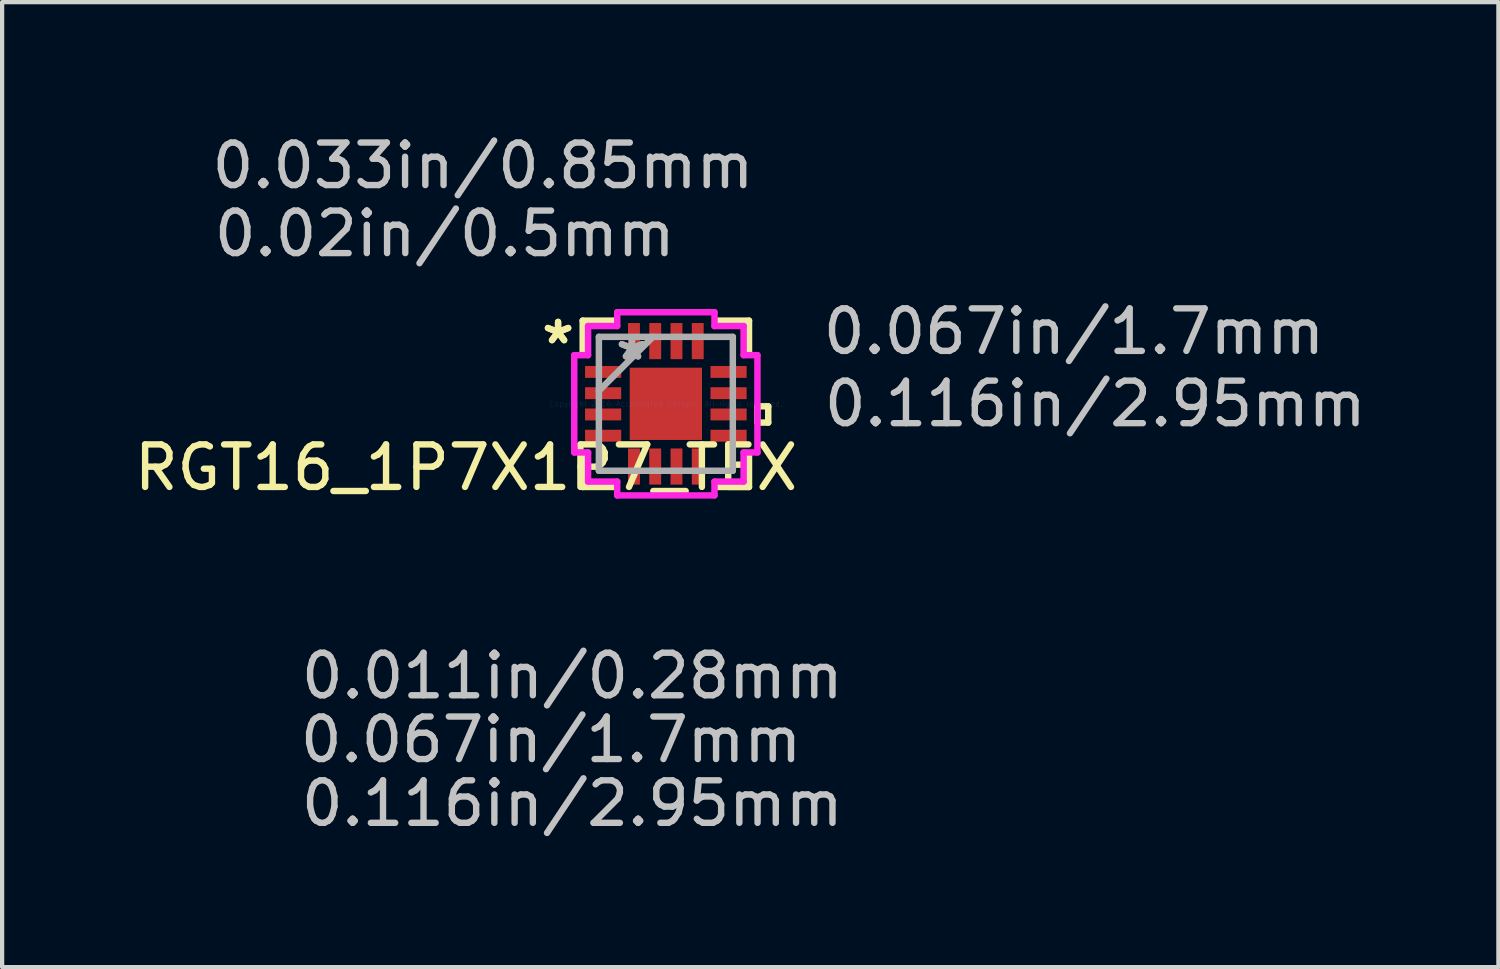
<source format=kicad_pcb>
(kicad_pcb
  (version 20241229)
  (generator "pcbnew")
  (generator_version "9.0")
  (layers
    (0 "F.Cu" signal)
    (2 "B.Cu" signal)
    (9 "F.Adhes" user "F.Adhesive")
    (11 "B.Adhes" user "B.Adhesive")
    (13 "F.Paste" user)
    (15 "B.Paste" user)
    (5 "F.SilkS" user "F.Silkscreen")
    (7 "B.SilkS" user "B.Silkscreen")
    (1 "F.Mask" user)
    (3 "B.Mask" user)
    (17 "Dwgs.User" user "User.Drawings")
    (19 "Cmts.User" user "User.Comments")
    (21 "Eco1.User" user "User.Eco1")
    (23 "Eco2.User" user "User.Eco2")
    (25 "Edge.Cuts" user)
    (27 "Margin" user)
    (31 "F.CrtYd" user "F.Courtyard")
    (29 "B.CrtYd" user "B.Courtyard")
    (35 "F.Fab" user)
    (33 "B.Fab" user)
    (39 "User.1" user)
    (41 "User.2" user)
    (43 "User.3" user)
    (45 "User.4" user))
  (footprint "RGT16_1P7X1P7_TEX"
    (layer "F.Cu")
    (at 12.611 6.448)
    (property "Reference" "RGT16_1P7X1P7_TEX" (at -4.7 1.5 0) (layer "F.SilkS") (effects (font (size 1 1) (thickness 0.15))))
    (attr through_hole)
    (fp_line (start -1.97 -0.96) (end -1.97 -0.54) (stroke (width 0.152) (type solid)) (layer "F.Mask"))
    (fp_line (start -1.97 -0.54) (end -0.98 -0.54) (stroke (width 0.152) (type solid)) (layer "F.Mask"))
    (fp_line (start -1.97 -0.46) (end -1.97 -0.04) (stroke (width 0.152) (type solid)) (layer "F.Mask"))
    (fp_line (start -1.97 -0.04) (end -0.98 -0.04) (stroke (width 0.152) (type solid)) (layer "F.Mask"))
    (fp_line (start -1.97 0.04) (end -1.97 0.46) (stroke (width 0.152) (type solid)) (layer "F.Mask"))
    (fp_line (start -1.97 0.46) (end -0.98 0.46) (stroke (width 0.152) (type solid)) (layer "F.Mask"))
    (fp_line (start -1.97 0.54) (end -1.97 0.96) (stroke (width 0.152) (type solid)) (layer "F.Mask"))
    (fp_line (start -1.97 0.96) (end -0.98 0.96) (stroke (width 0.152) (type solid)) (layer "F.Mask"))
    (fp_line (start -0.98 -0.96) (end -1.97 -0.96) (stroke (width 0.152) (type solid)) (layer "F.Mask"))
    (fp_line (start -0.98 -0.54) (end -0.98 -0.96) (stroke (width 0.152) (type solid)) (layer "F.Mask"))
    (fp_line (start -0.98 -0.46) (end -1.97 -0.46) (stroke (width 0.152) (type solid)) (layer "F.Mask"))
    (fp_line (start -0.98 -0.04) (end -0.98 -0.46) (stroke (width 0.152) (type solid)) (layer "F.Mask"))
    (fp_line (start -0.98 0.04) (end -1.97 0.04) (stroke (width 0.152) (type solid)) (layer "F.Mask"))
    (fp_line (start -0.98 0.46) (end -0.98 0.04) (stroke (width 0.152) (type solid)) (layer "F.Mask"))
    (fp_line (start -0.98 0.54) (end -1.97 0.54) (stroke (width 0.152) (type solid)) (layer "F.Mask"))
    (fp_line (start -0.98 0.96) (end -0.98 0.54) (stroke (width 0.152) (type solid)) (layer "F.Mask"))
    (fp_line (start -0.96 -1.97) (end -0.96 -0.98) (stroke (width 0.152) (type solid)) (layer "F.Mask"))
    (fp_line (start -0.96 -0.98) (end -0.541 -0.98) (stroke (width 0.152) (type solid)) (layer "F.Mask"))
    (fp_line (start -0.96 0.98) (end -0.96 1.97) (stroke (width 0.152) (type solid)) (layer "F.Mask"))
    (fp_line (start -0.96 1.97) (end -0.541 1.97) (stroke (width 0.152) (type solid)) (layer "F.Mask"))
    (fp_line (start -0.913 -0.913) (end -0.594 -0.913) (stroke (width 0.152) (type solid)) (layer "F.Mask"))
    (fp_line (start -0.913 -0.913) (end 0.913 -0.913) (stroke (width 0.152) (type solid)) (layer "F.Mask"))
    (fp_line (start -0.913 -0.594) (end -0.913 -0.913) (stroke (width 0.152) (type solid)) (layer "F.Mask"))
    (fp_line (start -0.913 -0.194) (end 0.913 -0.194) (stroke (width 0.152) (type solid)) (layer "F.Mask"))
    (fp_line (start -0.913 0.194) (end -0.913 -0.194) (stroke (width 0.152) (type solid)) (layer "F.Mask"))
    (fp_line (start -0.913 0.594) (end 0.913 0.594) (stroke (width 0.152) (type solid)) (layer "F.Mask"))
    (fp_line (start -0.913 0.913) (end -0.913 -0.913) (stroke (width 0.152) (type solid)) (layer "F.Mask"))
    (fp_line (start -0.913 0.913) (end -0.913 0.594) (stroke (width 0.152) (type solid)) (layer "F.Mask"))
    (fp_line (start -0.594 -0.913) (end -0.594 0.913) (stroke (width 0.152) (type solid)) (layer "F.Mask"))
    (fp_line (start -0.594 0.913) (end -0.913 0.913) (stroke (width 0.152) (type solid)) (layer "F.Mask"))
    (fp_line (start -0.541 -1.97) (end -0.96 -1.97) (stroke (width 0.152) (type solid)) (layer "F.Mask"))
    (fp_line (start -0.541 -0.98) (end -0.541 -1.97) (stroke (width 0.152) (type solid)) (layer "F.Mask"))
    (fp_line (start -0.541 0.98) (end -0.96 0.98) (stroke (width 0.152) (type solid)) (layer "F.Mask"))
    (fp_line (start -0.541 1.97) (end -0.541 0.98) (stroke (width 0.152) (type solid)) (layer "F.Mask"))
    (fp_line (start -0.46 -1.97) (end -0.46 -0.98) (stroke (width 0.152) (type solid)) (layer "F.Mask"))
    (fp_line (start -0.46 -0.98) (end -0.04 -0.98) (stroke (width 0.152) (type solid)) (layer "F.Mask"))
    (fp_line (start -0.46 0.98) (end -0.46 1.97) (stroke (width 0.152) (type solid)) (layer "F.Mask"))
    (fp_line (start -0.46 1.97) (end -0.04 1.97) (stroke (width 0.152) (type solid)) (layer "F.Mask"))
    (fp_line (start -0.194 -0.913) (end -0.194 0.913) (stroke (width 0.152) (type solid)) (layer "F.Mask"))
    (fp_line (start -0.194 0.913) (end 0.194 0.913) (stroke (width 0.152) (type solid)) (layer "F.Mask"))
    (fp_line (start -0.04 -1.97) (end -0.46 -1.97) (stroke (width 0.152) (type solid)) (layer "F.Mask"))
    (fp_line (start -0.04 -0.98) (end -0.04 -1.97) (stroke (width 0.152) (type solid)) (layer "F.Mask"))
    (fp_line (start -0.04 0.98) (end -0.46 0.98) (stroke (width 0.152) (type solid)) (layer "F.Mask"))
    (fp_line (start -0.04 1.97) (end -0.04 0.98) (stroke (width 0.152) (type solid)) (layer "F.Mask"))
    (fp_line (start 0.04 -1.97) (end 0.04 -0.98) (stroke (width 0.152) (type solid)) (layer "F.Mask"))
    (fp_line (start 0.04 -0.98) (end 0.46 -0.98) (stroke (width 0.152) (type solid)) (layer "F.Mask"))
    (fp_line (start 0.04 0.98) (end 0.04 1.97) (stroke (width 0.152) (type solid)) (layer "F.Mask"))
    (fp_line (start 0.04 1.97) (end 0.46 1.97) (stroke (width 0.152) (type solid)) (layer "F.Mask"))
    (fp_line (start 0.194 -0.913) (end -0.194 -0.913) (stroke (width 0.152) (type solid)) (layer "F.Mask"))
    (fp_line (start 0.194 0.913) (end 0.194 -0.913) (stroke (width 0.152) (type solid)) (layer "F.Mask"))
    (fp_line (start 0.46 -1.97) (end 0.04 -1.97) (stroke (width 0.152) (type solid)) (layer "F.Mask"))
    (fp_line (start 0.46 -0.98) (end 0.46 -1.97) (stroke (width 0.152) (type solid)) (layer "F.Mask"))
    (fp_line (start 0.46 0.98) (end 0.04 0.98) (stroke (width 0.152) (type solid)) (layer "F.Mask"))
    (fp_line (start 0.46 1.97) (end 0.46 0.98) (stroke (width 0.152) (type solid)) (layer "F.Mask"))
    (fp_line (start 0.541 -1.97) (end 0.541 -0.98) (stroke (width 0.152) (type solid)) (layer "F.Mask"))
    (fp_line (start 0.541 -0.98) (end 0.96 -0.98) (stroke (width 0.152) (type solid)) (layer "F.Mask"))
    (fp_line (start 0.541 0.98) (end 0.541 1.97) (stroke (width 0.152) (type solid)) (layer "F.Mask"))
    (fp_line (start 0.541 1.97) (end 0.96 1.97) (stroke (width 0.152) (type solid)) (layer "F.Mask"))
    (fp_line (start 0.594 -0.913) (end 0.913 -0.913) (stroke (width 0.152) (type solid)) (layer "F.Mask"))
    (fp_line (start 0.594 0.913) (end 0.594 -0.913) (stroke (width 0.152) (type solid)) (layer "F.Mask"))
    (fp_line (start 0.913 -0.913) (end 0.913 -0.594) (stroke (width 0.152) (type solid)) (layer "F.Mask"))
    (fp_line (start 0.913 -0.913) (end 0.913 0.913) (stroke (width 0.152) (type solid)) (layer "F.Mask"))
    (fp_line (start 0.913 -0.594) (end -0.913 -0.594) (stroke (width 0.152) (type solid)) (layer "F.Mask"))
    (fp_line (start 0.913 -0.194) (end 0.913 0.194) (stroke (width 0.152) (type solid)) (layer "F.Mask"))
    (fp_line (start 0.913 0.194) (end -0.913 0.194) (stroke (width 0.152) (type solid)) (layer "F.Mask"))
    (fp_line (start 0.913 0.594) (end 0.913 0.913) (stroke (width 0.152) (type solid)) (layer "F.Mask"))
    (fp_line (start 0.913 0.913) (end -0.913 0.913) (stroke (width 0.152) (type solid)) (layer "F.Mask"))
    (fp_line (start 0.913 0.913) (end 0.594 0.913) (stroke (width 0.152) (type solid)) (layer "F.Mask"))
    (fp_line (start 0.96 -1.97) (end 0.541 -1.97) (stroke (width 0.152) (type solid)) (layer "F.Mask"))
    (fp_line (start 0.96 -0.98) (end 0.96 -1.97) (stroke (width 0.152) (type solid)) (layer "F.Mask"))
    (fp_line (start 0.96 0.98) (end 0.541 0.98) (stroke (width 0.152) (type solid)) (layer "F.Mask"))
    (fp_line (start 0.96 1.97) (end 0.96 0.98) (stroke (width 0.152) (type solid)) (layer "F.Mask"))
    (fp_line (start 0.98 -0.96) (end 0.98 -0.54) (stroke (width 0.152) (type solid)) (layer "F.Mask"))
    (fp_line (start 0.98 -0.54) (end 1.97 -0.54) (stroke (width 0.152) (type solid)) (layer "F.Mask"))
    (fp_line (start 0.98 -0.46) (end 0.98 -0.04) (stroke (width 0.152) (type solid)) (layer "F.Mask"))
    (fp_line (start 0.98 -0.04) (end 1.97 -0.04) (stroke (width 0.152) (type solid)) (layer "F.Mask"))
    (fp_line (start 0.98 0.04) (end 0.98 0.46) (stroke (width 0.152) (type solid)) (layer "F.Mask"))
    (fp_line (start 0.98 0.46) (end 1.97 0.46) (stroke (width 0.152) (type solid)) (layer "F.Mask"))
    (fp_line (start 0.98 0.54) (end 0.98 0.96) (stroke (width 0.152) (type solid)) (layer "F.Mask"))
    (fp_line (start 0.98 0.96) (end 1.97 0.96) (stroke (width 0.152) (type solid)) (layer "F.Mask"))
    (fp_line (start 1.97 -0.96) (end 0.98 -0.96) (stroke (width 0.152) (type solid)) (layer "F.Mask"))
    (fp_line (start 1.97 -0.54) (end 1.97 -0.96) (stroke (width 0.152) (type solid)) (layer "F.Mask"))
    (fp_line (start 1.97 -0.46) (end 0.98 -0.46) (stroke (width 0.152) (type solid)) (layer "F.Mask"))
    (fp_line (start 1.97 -0.04) (end 1.97 -0.46) (stroke (width 0.152) (type solid)) (layer "F.Mask"))
    (fp_line (start 1.97 0.04) (end 0.98 0.04) (stroke (width 0.152) (type solid)) (layer "F.Mask"))
    (fp_line (start 1.97 0.46) (end 1.97 0.04) (stroke (width 0.152) (type solid)) (layer "F.Mask"))
    (fp_line (start 1.97 0.54) (end 0.98 0.54) (stroke (width 0.152) (type solid)) (layer "F.Mask"))
    (fp_line (start 1.97 0.96) (end 1.97 0.54) (stroke (width 0.152) (type solid)) (layer "F.Mask"))
    (fp_line (start -1.956 -1.956) (end -1.956 -1.218) (stroke (width 0.152) (type solid)) (layer "F.SilkS"))
    (fp_line (start -1.956 1.218) (end -1.956 1.956) (stroke (width 0.152) (type solid)) (layer "F.SilkS"))
    (fp_line (start -1.956 1.956) (end -1.218 1.956) (stroke (width 0.152) (type solid)) (layer "F.SilkS"))
    (fp_line (start -1.218 -1.956) (end -1.956 -1.956) (stroke (width 0.152) (type solid)) (layer "F.SilkS"))
    (fp_line (start 1.218 1.956) (end 1.956 1.956) (stroke (width 0.152) (type solid)) (layer "F.SilkS"))
    (fp_line (start 1.956 -1.956) (end 1.218 -1.956) (stroke (width 0.152) (type solid)) (layer "F.SilkS"))
    (fp_line (start 1.956 -1.218) (end 1.956 -1.956) (stroke (width 0.152) (type solid)) (layer "F.SilkS"))
    (fp_line (start 1.956 1.956) (end 1.956 1.218) (stroke (width 0.152) (type solid)) (layer "F.SilkS"))
    (fp_line (start 2.154 0.059) (end 2.408 0.059) (stroke (width 0.152) (type solid)) (layer "F.SilkS"))
    (fp_line (start 2.154 0.441) (end 2.154 0.059) (stroke (width 0.152) (type solid)) (layer "F.SilkS"))
    (fp_line (start 2.408 0.059) (end 2.408 0.441) (stroke (width 0.152) (type solid)) (layer "F.SilkS"))
    (fp_line (start 2.408 0.441) (end 2.154 0.441) (stroke (width 0.152) (type solid)) (layer "F.SilkS"))
    (fp_line (start -1.875 -0.865) (end -1.875 -0.635) (stroke (width 0.152) (type solid)) (layer "F.Paste"))
    (fp_line (start -1.875 -0.635) (end -1.075 -0.635) (stroke (width 0.152) (type solid)) (layer "F.Paste"))
    (fp_line (start -1.875 -0.365) (end -1.875 -0.135) (stroke (width 0.152) (type solid)) (layer "F.Paste"))
    (fp_line (start -1.875 -0.135) (end -1.075 -0.135) (stroke (width 0.152) (type solid)) (layer "F.Paste"))
    (fp_line (start -1.875 0.135) (end -1.875 0.365) (stroke (width 0.152) (type solid)) (layer "F.Paste"))
    (fp_line (start -1.875 0.365) (end -1.075 0.365) (stroke (width 0.152) (type solid)) (layer "F.Paste"))
    (fp_line (start -1.875 0.635) (end -1.875 0.865) (stroke (width 0.152) (type solid)) (layer "F.Paste"))
    (fp_line (start -1.875 0.865) (end -1.075 0.865) (stroke (width 0.152) (type solid)) (layer "F.Paste"))
    (fp_line (start -1.075 -0.865) (end -1.875 -0.865) (stroke (width 0.152) (type solid)) (layer "F.Paste"))
    (fp_line (start -1.075 -0.635) (end -1.075 -0.865) (stroke (width 0.152) (type solid)) (layer "F.Paste"))
    (fp_line (start -1.075 -0.365) (end -1.875 -0.365) (stroke (width 0.152) (type solid)) (layer "F.Paste"))
    (fp_line (start -1.075 -0.135) (end -1.075 -0.365) (stroke (width 0.152) (type solid)) (layer "F.Paste"))
    (fp_line (start -1.075 0.135) (end -1.875 0.135) (stroke (width 0.152) (type solid)) (layer "F.Paste"))
    (fp_line (start -1.075 0.365) (end -1.075 0.135) (stroke (width 0.152) (type solid)) (layer "F.Paste"))
    (fp_line (start -1.075 0.635) (end -1.875 0.635) (stroke (width 0.152) (type solid)) (layer "F.Paste"))
    (fp_line (start -1.075 0.865) (end -1.075 0.635) (stroke (width 0.152) (type solid)) (layer "F.Paste"))
    (fp_line (start -0.865 -1.875) (end -0.865 -1.075) (stroke (width 0.152) (type solid)) (layer "F.Paste"))
    (fp_line (start -0.865 -1.075) (end -0.635 -1.075) (stroke (width 0.152) (type solid)) (layer "F.Paste"))
    (fp_line (start -0.865 1.075) (end -0.865 1.875) (stroke (width 0.152) (type solid)) (layer "F.Paste"))
    (fp_line (start -0.865 1.875) (end -0.635 1.875) (stroke (width 0.152) (type solid)) (layer "F.Paste"))
    (fp_line (start -0.775 -0.775) (end -0.775 -0.494) (stroke (width 0.152) (type solid)) (layer "F.Paste"))
    (fp_line (start -0.775 -0.494) (end -0.635 -0.494) (stroke (width 0.152) (type solid)) (layer "F.Paste"))
    (fp_line (start -0.775 -0.294) (end -0.775 0.294) (stroke (width 0.152) (type solid)) (layer "F.Paste"))
    (fp_line (start -0.775 0.294) (end -0.635 0.294) (stroke (width 0.152) (type solid)) (layer "F.Paste"))
    (fp_line (start -0.775 0.494) (end -0.775 0.775) (stroke (width 0.152) (type solid)) (layer "F.Paste"))
    (fp_line (start -0.775 0.775) (end -0.494 0.775) (stroke (width 0.152) (type solid)) (layer "F.Paste"))
    (fp_line (start -0.635 -0.494) (end -0.635 -0.494) (stroke (width 0.152) (type solid)) (layer "F.Paste"))
    (fp_line (start -0.635 -0.494) (end -0.494 -0.635) (stroke (width 0.152) (type solid)) (layer "F.Paste"))
    (fp_line (start -0.635 -0.294) (end -0.775 -0.294) (stroke (width 0.152) (type solid)) (layer "F.Paste"))
    (fp_line (start -0.635 -0.294) (end -0.635 -0.294) (stroke (width 0.152) (type solid)) (layer "F.Paste"))
    (fp_line (start -0.635 0.294) (end -0.635 0.294) (stroke (width 0.152) (type solid)) (layer "F.Paste"))
    (fp_line (start -0.635 0.294) (end -0.494 0.152) (stroke (width 0.152) (type solid)) (layer "F.Paste"))
    (fp_line (start -0.635 0.494) (end -0.775 0.494) (stroke (width 0.152) (type solid)) (layer "F.Paste"))
    (fp_line (start -0.635 0.494) (end -0.635 0.494) (stroke (width 0.152) (type solid)) (layer "F.Paste"))
    (fp_line (start -0.635 -1.875) (end -0.865 -1.875) (stroke (width 0.152) (type solid)) (layer "F.Paste"))
    (fp_line (start -0.635 -1.075) (end -0.635 -1.875) (stroke (width 0.152) (type solid)) (layer "F.Paste"))
    (fp_line (start -0.635 1.075) (end -0.865 1.075) (stroke (width 0.152) (type solid)) (layer "F.Paste"))
    (fp_line (start -0.635 1.875) (end -0.635 1.075) (stroke (width 0.152) (type solid)) (layer "F.Paste"))
    (fp_line (start -0.494 -0.775) (end -0.775 -0.775) (stroke (width 0.152) (type solid)) (layer "F.Paste"))
    (fp_line (start -0.494 -0.635) (end -0.494 -0.775) (stroke (width 0.152) (type solid)) (layer "F.Paste"))
    (fp_line (start -0.494 -0.635) (end -0.494 -0.635) (stroke (width 0.152) (type solid)) (layer "F.Paste"))
    (fp_line (start -0.494 -0.152) (end -0.635 -0.294) (stroke (width 0.152) (type solid)) (layer "F.Paste"))
    (fp_line (start -0.494 -0.152) (end -0.494 -0.152) (stroke (width 0.152) (type solid)) (layer "F.Paste"))
    (fp_line (start -0.494 0.152) (end -0.494 -0.152) (stroke (width 0.152) (type solid)) (layer "F.Paste"))
    (fp_line (start -0.494 0.152) (end -0.494 0.152) (stroke (width 0.152) (type solid)) (layer "F.Paste"))
    (fp_line (start -0.494 0.635) (end -0.635 0.494) (stroke (width 0.152) (type solid)) (layer "F.Paste"))
    (fp_line (start -0.494 0.635) (end -0.494 0.635) (stroke (width 0.152) (type solid)) (layer "F.Paste"))
    (fp_line (start -0.494 0.775) (end -0.494 0.635) (stroke (width 0.152) (type solid)) (layer "F.Paste"))
    (fp_line (start -0.365 -1.875) (end -0.365 -1.075) (stroke (width 0.152) (type solid)) (layer "F.Paste"))
    (fp_line (start -0.365 -1.075) (end -0.135 -1.075) (stroke (width 0.152) (type solid)) (layer "F.Paste"))
    (fp_line (start -0.365 1.075) (end -0.365 1.875) (stroke (width 0.152) (type solid)) (layer "F.Paste"))
    (fp_line (start -0.365 1.875) (end -0.135 1.875) (stroke (width 0.152) (type solid)) (layer "F.Paste"))
    (fp_line (start -0.294 -0.775) (end -0.294 -0.635) (stroke (width 0.152) (type solid)) (layer "F.Paste"))
    (fp_line (start -0.294 -0.635) (end -0.294 -0.635) (stroke (width 0.152) (type solid)) (layer "F.Paste"))
    (fp_line (start -0.294 -0.635) (end -0.152 -0.494) (stroke (width 0.152) (type solid)) (layer "F.Paste"))
    (fp_line (start -0.294 -0.152) (end -0.294 -0.152) (stroke (width 0.152) (type solid)) (layer "F.Paste"))
    (fp_line (start -0.294 -0.152) (end -0.294 0.152) (stroke (width 0.152) (type solid)) (layer "F.Paste"))
    (fp_line (start -0.294 0.152) (end -0.294 0.152) (stroke (width 0.152) (type solid)) (layer "F.Paste"))
    (fp_line (start -0.294 0.152) (end -0.152 0.294) (stroke (width 0.152) (type solid)) (layer "F.Paste"))
    (fp_line (start -0.294 0.635) (end -0.294 0.635) (stroke (width 0.152) (type solid)) (layer "F.Paste"))
    (fp_line (start -0.294 0.635) (end -0.294 0.775) (stroke (width 0.152) (type solid)) (layer "F.Paste"))
    (fp_line (start -0.294 0.775) (end 0.294 0.775) (stroke (width 0.152) (type solid)) (layer "F.Paste"))
    (fp_line (start -0.152 -0.494) (end -0.152 -0.494) (stroke (width 0.152) (type solid)) (layer "F.Paste"))
    (fp_line (start -0.152 -0.494) (end 0.152 -0.494) (stroke (width 0.152) (type solid)) (layer "F.Paste"))
    (fp_line (start -0.152 -0.294) (end -0.294 -0.152) (stroke (width 0.152) (type solid)) (layer "F.Paste"))
    (fp_line (start -0.152 -0.294) (end -0.152 -0.294) (stroke (width 0.152) (type solid)) (layer "F.Paste"))
    (fp_line (start -0.152 0.294) (end -0.152 0.294) (stroke (width 0.152) (type solid)) (layer "F.Paste"))
    (fp_line (start -0.152 0.294) (end 0.152 0.294) (stroke (width 0.152) (type solid)) (layer "F.Paste"))
    (fp_line (start -0.152 0.494) (end -0.294 0.635) (stroke (width 0.152) (type solid)) (layer "F.Paste"))
    (fp_line (start -0.152 0.494) (end -0.152 0.494) (stroke (width 0.152) (type solid)) (layer "F.Paste"))
    (fp_line (start -0.135 -1.875) (end -0.365 -1.875) (stroke (width 0.152) (type solid)) (layer "F.Paste"))
    (fp_line (start -0.135 -1.075) (end -0.135 -1.875) (stroke (width 0.152) (type solid)) (layer "F.Paste"))
    (fp_line (start -0.135 1.075) (end -0.365 1.075) (stroke (width 0.152) (type solid)) (layer "F.Paste"))
    (fp_line (start -0.135 1.875) (end -0.135 1.075) (stroke (width 0.152) (type solid)) (layer "F.Paste"))
    (fp_line (start 0.135 -1.875) (end 0.135 -1.075) (stroke (width 0.152) (type solid)) (layer "F.Paste"))
    (fp_line (start 0.135 -1.075) (end 0.365 -1.075) (stroke (width 0.152) (type solid)) (layer "F.Paste"))
    (fp_line (start 0.135 1.075) (end 0.135 1.875) (stroke (width 0.152) (type solid)) (layer "F.Paste"))
    (fp_line (start 0.135 1.875) (end 0.365 1.875) (stroke (width 0.152) (type solid)) (layer "F.Paste"))
    (fp_line (start 0.152 -0.494) (end 0.152 -0.494) (stroke (width 0.152) (type solid)) (layer "F.Paste"))
    (fp_line (start 0.152 -0.494) (end 0.294 -0.635) (stroke (width 0.152) (type solid)) (layer "F.Paste"))
    (fp_line (start 0.152 -0.294) (end -0.152 -0.294) (stroke (width 0.152) (type solid)) (layer "F.Paste"))
    (fp_line (start 0.152 -0.294) (end 0.152 -0.294) (stroke (width 0.152) (type solid)) (layer "F.Paste"))
    (fp_line (start 0.152 0.294) (end 0.152 0.294) (stroke (width 0.152) (type solid)) (layer "F.Paste"))
    (fp_line (start 0.152 0.294) (end 0.294 0.152) (stroke (width 0.152) (type solid)) (layer "F.Paste"))
    (fp_line (start 0.152 0.494) (end -0.152 0.494) (stroke (width 0.152) (type solid)) (layer "F.Paste"))
    (fp_line (start 0.152 0.494) (end 0.152 0.494) (stroke (width 0.152) (type solid)) (layer "F.Paste"))
    (fp_line (start 0.294 -0.775) (end -0.294 -0.775) (stroke (width 0.152) (type solid)) (layer "F.Paste"))
    (fp_line (start 0.294 -0.635) (end 0.294 -0.775) (stroke (width 0.152) (type solid)) (layer "F.Paste"))
    (fp_line (start 0.294 -0.635) (end 0.294 -0.635) (stroke (width 0.152) (type solid)) (layer "F.Paste"))
    (fp_line (start 0.294 -0.152) (end 0.152 -0.294) (stroke (width 0.152) (type solid)) (layer "F.Paste"))
    (fp_line (start 0.294 -0.152) (end 0.294 -0.152) (stroke (width 0.152) (type solid)) (layer "F.Paste"))
    (fp_line (start 0.294 0.152) (end 0.294 -0.152) (stroke (width 0.152) (type solid)) (layer "F.Paste"))
    (fp_line (start 0.294 0.152) (end 0.294 0.152) (stroke (width 0.152) (type solid)) (layer "F.Paste"))
    (fp_line (start 0.294 0.635) (end 0.152 0.494) (stroke (width 0.152) (type solid)) (layer "F.Paste"))
    (fp_line (start 0.294 0.635) (end 0.294 0.635) (stroke (width 0.152) (type solid)) (layer "F.Paste"))
    (fp_line (start 0.294 0.775) (end 0.294 0.635) (stroke (width 0.152) (type solid)) (layer "F.Paste"))
    (fp_line (start 0.365 -1.875) (end 0.135 -1.875) (stroke (width 0.152) (type solid)) (layer "F.Paste"))
    (fp_line (start 0.365 -1.075) (end 0.365 -1.875) (stroke (width 0.152) (type solid)) (layer "F.Paste"))
    (fp_line (start 0.365 1.075) (end 0.135 1.075) (stroke (width 0.152) (type solid)) (layer "F.Paste"))
    (fp_line (start 0.365 1.875) (end 0.365 1.075) (stroke (width 0.152) (type solid)) (layer "F.Paste"))
    (fp_line (start 0.494 -0.775) (end 0.494 -0.635) (stroke (width 0.152) (type solid)) (layer "F.Paste"))
    (fp_line (start 0.494 -0.635) (end 0.494 -0.635) (stroke (width 0.152) (type solid)) (layer "F.Paste"))
    (fp_line (start 0.494 -0.635) (end 0.635 -0.494) (stroke (width 0.152) (type solid)) (layer "F.Paste"))
    (fp_line (start 0.494 -0.152) (end 0.494 -0.152) (stroke (width 0.152) (type solid)) (layer "F.Paste"))
    (fp_line (start 0.494 -0.152) (end 0.494 0.152) (stroke (width 0.152) (type solid)) (layer "F.Paste"))
    (fp_line (start 0.494 0.152) (end 0.494 0.152) (stroke (width 0.152) (type solid)) (layer "F.Paste"))
    (fp_line (start 0.494 0.152) (end 0.635 0.294) (stroke (width 0.152) (type solid)) (layer "F.Paste"))
    (fp_line (start 0.494 0.635) (end 0.494 0.635) (stroke (width 0.152) (type solid)) (layer "F.Paste"))
    (fp_line (start 0.494 0.635) (end 0.494 0.775) (stroke (width 0.152) (type solid)) (layer "F.Paste"))
    (fp_line (start 0.494 0.775) (end 0.775 0.775) (stroke (width 0.152) (type solid)) (layer "F.Paste"))
    (fp_line (start 0.635 -1.875) (end 0.635 -1.075) (stroke (width 0.152) (type solid)) (layer "F.Paste"))
    (fp_line (start 0.635 -1.075) (end 0.865 -1.075) (stroke (width 0.152) (type solid)) (layer "F.Paste"))
    (fp_line (start 0.635 1.075) (end 0.635 1.875) (stroke (width 0.152) (type solid)) (layer "F.Paste"))
    (fp_line (start 0.635 1.875) (end 0.865 1.875) (stroke (width 0.152) (type solid)) (layer "F.Paste"))
    (fp_line (start 0.635 -0.494) (end 0.635 -0.494) (stroke (width 0.152) (type solid)) (layer "F.Paste"))
    (fp_line (start 0.635 -0.494) (end 0.775 -0.494) (stroke (width 0.152) (type solid)) (layer "F.Paste"))
    (fp_line (start 0.635 -0.294) (end 0.494 -0.152) (stroke (width 0.152) (type solid)) (layer "F.Paste"))
    (fp_line (start 0.635 -0.294) (end 0.635 -0.294) (stroke (width 0.152) (type solid)) (layer "F.Paste"))
    (fp_line (start 0.635 0.294) (end 0.635 0.294) (stroke (width 0.152) (type solid)) (layer "F.Paste"))
    (fp_line (start 0.635 0.294) (end 0.775 0.294) (stroke (width 0.152) (type solid)) (layer "F.Paste"))
    (fp_line (start 0.635 0.494) (end 0.494 0.635) (stroke (width 0.152) (type solid)) (layer "F.Paste"))
    (fp_line (start 0.635 0.494) (end 0.635 0.494) (stroke (width 0.152) (type solid)) (layer "F.Paste"))
    (fp_line (start 0.775 -0.775) (end 0.494 -0.775) (stroke (width 0.152) (type solid)) (layer "F.Paste"))
    (fp_line (start 0.775 -0.494) (end 0.775 -0.775) (stroke (width 0.152) (type solid)) (layer "F.Paste"))
    (fp_line (start 0.775 -0.294) (end 0.635 -0.294) (stroke (width 0.152) (type solid)) (layer "F.Paste"))
    (fp_line (start 0.775 0.294) (end 0.775 -0.294) (stroke (width 0.152) (type solid)) (layer "F.Paste"))
    (fp_line (start 0.775 0.494) (end 0.635 0.494) (stroke (width 0.152) (type solid)) (layer "F.Paste"))
    (fp_line (start 0.775 0.775) (end 0.775 0.494) (stroke (width 0.152) (type solid)) (layer "F.Paste"))
    (fp_line (start 0.865 -1.875) (end 0.635 -1.875) (stroke (width 0.152) (type solid)) (layer "F.Paste"))
    (fp_line (start 0.865 -1.075) (end 0.865 -1.875) (stroke (width 0.152) (type solid)) (layer "F.Paste"))
    (fp_line (start 0.865 1.075) (end 0.635 1.075) (stroke (width 0.152) (type solid)) (layer "F.Paste"))
    (fp_line (start 0.865 1.875) (end 0.865 1.075) (stroke (width 0.152) (type solid)) (layer "F.Paste"))
    (fp_line (start 1.075 -0.865) (end 1.075 -0.635) (stroke (width 0.152) (type solid)) (layer "F.Paste"))
    (fp_line (start 1.075 -0.635) (end 1.875 -0.635) (stroke (width 0.152) (type solid)) (layer "F.Paste"))
    (fp_line (start 1.075 -0.365) (end 1.075 -0.135) (stroke (width 0.152) (type solid)) (layer "F.Paste"))
    (fp_line (start 1.075 -0.135) (end 1.875 -0.135) (stroke (width 0.152) (type solid)) (layer "F.Paste"))
    (fp_line (start 1.075 0.135) (end 1.075 0.365) (stroke (width 0.152) (type solid)) (layer "F.Paste"))
    (fp_line (start 1.075 0.365) (end 1.875 0.365) (stroke (width 0.152) (type solid)) (layer "F.Paste"))
    (fp_line (start 1.075 0.635) (end 1.075 0.865) (stroke (width 0.152) (type solid)) (layer "F.Paste"))
    (fp_line (start 1.075 0.865) (end 1.875 0.865) (stroke (width 0.152) (type solid)) (layer "F.Paste"))
    (fp_line (start 1.875 -0.865) (end 1.075 -0.865) (stroke (width 0.152) (type solid)) (layer "F.Paste"))
    (fp_line (start 1.875 -0.635) (end 1.875 -0.865) (stroke (width 0.152) (type solid)) (layer "F.Paste"))
    (fp_line (start 1.875 -0.365) (end 1.075 -0.365) (stroke (width 0.152) (type solid)) (layer "F.Paste"))
    (fp_line (start 1.875 -0.135) (end 1.875 -0.365) (stroke (width 0.152) (type solid)) (layer "F.Paste"))
    (fp_line (start 1.875 0.135) (end 1.075 0.135) (stroke (width 0.152) (type solid)) (layer "F.Paste"))
    (fp_line (start 1.875 0.365) (end 1.875 0.135) (stroke (width 0.152) (type solid)) (layer "F.Paste"))
    (fp_line (start 1.875 0.635) (end 1.075 0.635) (stroke (width 0.152) (type solid)) (layer "F.Paste"))
    (fp_line (start 1.875 0.865) (end 1.875 0.635) (stroke (width 0.152) (type solid)) (layer "F.Paste"))
    (fp_circle (center -0.394 -0.394) (end -0.203 -0.394) (stroke (width 0.152) (type solid)) (fill no) (layer "Eco1.User"))
    (fp_circle (center -0.394 0.394) (end -0.203 0.394) (stroke (width 0.152) (type solid)) (fill no) (layer "Eco1.User"))
    (fp_circle (center 0.394 -0.394) (end 0.584 -0.394) (stroke (width 0.152) (type solid)) (fill no) (layer "Eco1.User"))
    (fp_circle (center 0.394 0.394) (end 0.584 0.394) (stroke (width 0.152) (type solid)) (fill no) (layer "Eco1.User"))
    (fp_line (start -2.154 -1.144) (end -1.829 -1.144) (stroke (width 0.152) (type solid)) (layer "F.CrtYd"))
    (fp_line (start -2.154 1.144) (end -2.154 -1.144) (stroke (width 0.152) (type solid)) (layer "F.CrtYd"))
    (fp_line (start -1.829 -1.829) (end -1.144 -1.829) (stroke (width 0.152) (type solid)) (layer "F.CrtYd"))
    (fp_line (start -1.829 -1.144) (end -1.829 -1.829) (stroke (width 0.152) (type solid)) (layer "F.CrtYd"))
    (fp_line (start -1.829 1.144) (end -2.154 1.144) (stroke (width 0.152) (type solid)) (layer "F.CrtYd"))
    (fp_line (start -1.829 1.829) (end -1.829 1.144) (stroke (width 0.152) (type solid)) (layer "F.CrtYd"))
    (fp_line (start -1.144 -2.154) (end 1.144 -2.154) (stroke (width 0.152) (type solid)) (layer "F.CrtYd"))
    (fp_line (start -1.144 -1.829) (end -1.144 -2.154) (stroke (width 0.152) (type solid)) (layer "F.CrtYd"))
    (fp_line (start -1.144 1.829) (end -1.829 1.829) (stroke (width 0.152) (type solid)) (layer "F.CrtYd"))
    (fp_line (start -1.144 2.154) (end -1.144 1.829) (stroke (width 0.152) (type solid)) (layer "F.CrtYd"))
    (fp_line (start 1.144 -2.154) (end 1.144 -1.829) (stroke (width 0.152) (type solid)) (layer "F.CrtYd"))
    (fp_line (start 1.144 -1.829) (end 1.829 -1.829) (stroke (width 0.152) (type solid)) (layer "F.CrtYd"))
    (fp_line (start 1.144 1.829) (end 1.144 2.154) (stroke (width 0.152) (type solid)) (layer "F.CrtYd"))
    (fp_line (start 1.144 2.154) (end -1.144 2.154) (stroke (width 0.152) (type solid)) (layer "F.CrtYd"))
    (fp_line (start 1.829 -1.829) (end 1.829 -1.144) (stroke (width 0.152) (type solid)) (layer "F.CrtYd"))
    (fp_line (start 1.829 -1.144) (end 2.154 -1.144) (stroke (width 0.152) (type solid)) (layer "F.CrtYd"))
    (fp_line (start 1.829 1.144) (end 1.829 1.829) (stroke (width 0.152) (type solid)) (layer "F.CrtYd"))
    (fp_line (start 1.829 1.829) (end 1.144 1.829) (stroke (width 0.152) (type solid)) (layer "F.CrtYd"))
    (fp_line (start 2.154 -1.144) (end 2.154 1.144) (stroke (width 0.152) (type solid)) (layer "F.CrtYd"))
    (fp_line (start 2.154 1.144) (end 1.829 1.144) (stroke (width 0.152) (type solid)) (layer "F.CrtYd"))
    (fp_line (start -1.575 -1.575) (end -1.575 1.575) (stroke (width 0.152) (type solid)) (layer "F.Fab"))
    (fp_line (start -1.575 -0.305) (end -0.305 -1.575) (stroke (width 0.152) (type solid)) (layer "F.Fab"))
    (fp_line (start -1.575 1.575) (end 1.575 1.575) (stroke (width 0.152) (type solid)) (layer "F.Fab"))
    (fp_line (start 1.575 -1.575) (end -1.575 -1.575) (stroke (width 0.152) (type solid)) (layer "F.Fab"))
    (fp_line (start 1.575 1.575) (end 1.575 -1.575) (stroke (width 0.152) (type solid)) (layer "F.Fab"))
    (fp_text user "*" (at -2.535 -1.381 0) (layer "F.SilkS") (effects (font (size 1 1) (thickness 0.15))))
    (fp_text user "*" (at -2.535 -1.381 0) (layer "F.SilkS") (effects (font (size 1 1) (thickness 0.15))))
    (fp_text user "0.067in/1.7mm" (at -2.7 7.9 0) (layer "Dwgs.User") (effects (font (size 1 1) (thickness 0.15))))
    (fp_text user "0.116in/2.95mm" (at 10.1 0 0) (layer "Dwgs.User") (effects (font (size 1 1) (thickness 0.15))))
    (fp_text user "0.011in/0.28mm" (at -2.2 6.4 0) (layer "Dwgs.User") (effects (font (size 1 1) (thickness 0.15))))
    (fp_text user "0.033in/0.85mm" (at -4.3 -5.6 0) (layer "Dwgs.User") (effects (font (size 1 1) (thickness 0.15))))
    (fp_text user "0.02in/0.5mm" (at -5.2 -4 0) (layer "Dwgs.User") (effects (font (size 1 1) (thickness 0.15))))
    (fp_text user "0.067in/1.7mm" (at 9.6 -1.7 0) (layer "Dwgs.User") (effects (font (size 1 1) (thickness 0.15))))
    (fp_text user "0.116in/2.95mm" (at -2.2 9.4 0) (layer "Dwgs.User") (effects (font (size 1 1) (thickness 0.15))))
    (fp_text user "Copyright 2016 Accelerated Designs. All rights reserved." (at 0 0 0) (layer "Cmts.User") (effects (font (size 0.127 0.127) (thickness 0.002))))
    (fp_text user "*" (at -0.796 -1 0) (layer "F.Fab") (effects (font (size 1 1) (thickness 0.15))))
    (fp_text user "*" (at -0.796 -1 0) (layer "F.Fab") (effects (font (size 1 1) (thickness 0.15))))
    (pad "1" smd rect (at -1.475 -0.75 90) (size 0.28 0.85) (layers "F.Cu" "F.Mask" "F.Paste"))
    (pad "2" smd rect (at -1.475 -0.25 90) (size 0.28 0.85) (layers "F.Cu" "F.Mask" "F.Paste"))
    (pad "3" smd rect (at -1.475 0.25 90) (size 0.28 0.85) (layers "F.Cu" "F.Mask" "F.Paste"))
    (pad "4" smd rect (at -1.475 0.75 90) (size 0.28 0.85) (layers "F.Cu" "F.Mask" "F.Paste"))
    (pad "5" smd rect (at -0.75 1.475) (size 0.28 0.85) (layers "F.Cu" "F.Mask" "F.Paste"))
    (pad "6" smd rect (at -0.25 1.475) (size 0.28 0.85) (layers "F.Cu" "F.Mask" "F.Paste"))
    (pad "7" smd rect (at 0.25 1.475) (size 0.28 0.85) (layers "F.Cu" "F.Mask" "F.Paste"))
    (pad "8" smd rect (at 0.75 1.475) (size 0.28 0.85) (layers "F.Cu" "F.Mask" "F.Paste"))
    (pad "9" smd rect (at 1.475 0.75 90) (size 0.28 0.85) (layers "F.Cu" "F.Mask" "F.Paste"))
    (pad "10" smd rect (at 1.475 0.25 90) (size 0.28 0.85) (layers "F.Cu" "F.Mask" "F.Paste"))
    (pad "11" smd rect (at 1.475 -0.25 90) (size 0.28 0.85) (layers "F.Cu" "F.Mask" "F.Paste"))
    (pad "12" smd rect (at 1.475 -0.75 90) (size 0.28 0.85) (layers "F.Cu" "F.Mask" "F.Paste"))
    (pad "13" smd rect (at 0.75 -1.475) (size 0.28 0.85) (layers "F.Cu" "F.Mask" "F.Paste"))
    (pad "14" smd rect (at 0.25 -1.475) (size 0.28 0.85) (layers "F.Cu" "F.Mask" "F.Paste"))
    (pad "15" smd rect (at -0.25 -1.475) (size 0.28 0.85) (layers "F.Cu" "F.Mask" "F.Paste"))
    (pad "16" smd rect (at -0.75 -1.475) (size 0.28 0.85) (layers "F.Cu" "F.Mask" "F.Paste"))
    (pad "17" smd rect (at 0 0) (size 1.7 1.7) (layers "F.Cu" "F.Mask" "F.Paste")))
  (gr_rect
    (start -3 -3)
    (end 32.193 19.697)
    (stroke (width 0.1) (type default))
    (fill no)
    (layer "Edge.Cuts")))
</source>
